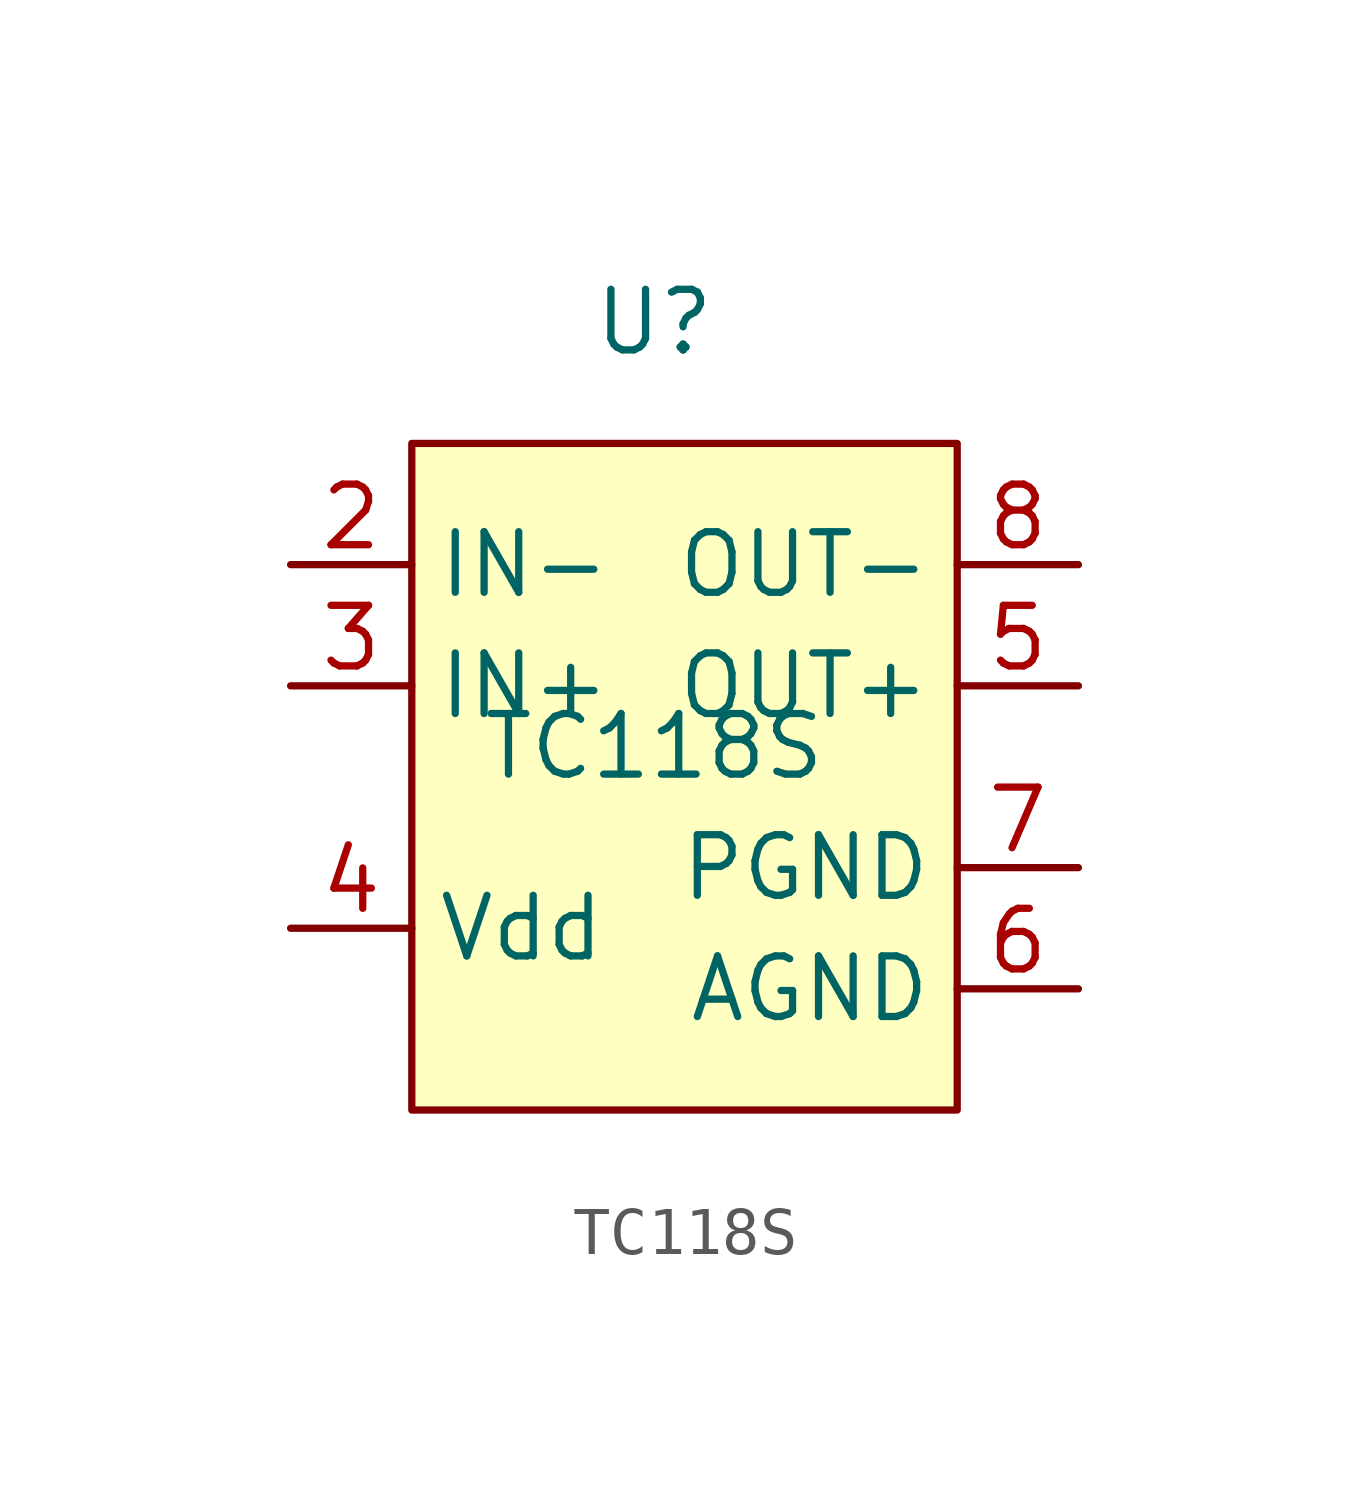
<source format=kicad_sym>
(kicad_symbol_lib
  (version 20220914)
  (generator kicad_symbol_editor)
  (symbol "TC118S"
    (property "Reference" "U"
      (at 0 8.89 0)
      (effects (font (size 1.27 1.27))))
    (property "Value" "TC118S"
      (at 0 0 0)
      (effects (font (size 1.27 1.27))))
    (symbol "TC118S_1_1"
      (rectangle (start -5.08 6.35) (end 6.35 -7.62) (stroke (width 0) (type default)) (fill (type background)))
      (pin no_connect line (at -7.62 -6.35 0) (length 2.54) hide (name "NC" (effects (font (size 1.27 1.27)))) (number "1" (effects (font (size 1.27 1.27)))))
      (pin input line (at -7.62 3.81 0) (length 2.54) (name "IN-" (effects (font (size 1.27 1.27)))) (number "2" (effects (font (size 1.27 1.27)))))
      (pin input line (at -7.62 1.27 0) (length 2.54) (name "IN+" (effects (font (size 1.27 1.27)))) (number "3" (effects (font (size 1.27 1.27)))))
      (pin power_in line (at -7.62 -3.81 0) (length 2.54) (name "Vdd" (effects (font (size 1.27 1.27)))) (number "4" (effects (font (size 1.27 1.27)))))
      (pin output line (at 8.89 1.27 180) (length 2.54) (name "OUT+" (effects (font (size 1.27 1.27)))) (number "5" (effects (font (size 1.27 1.27)))))
      (pin power_in line (at 8.89 -5.08 180) (length 2.54) (name "AGND" (effects (font (size 1.27 1.27)))) (number "6" (effects (font (size 1.27 1.27)))))
      (pin power_in line (at 8.89 -2.54 180) (length 2.54) (name "PGND" (effects (font (size 1.27 1.27)))) (number "7" (effects (font (size 1.27 1.27)))))
      (pin output line (at 8.89 3.81 180) (length 2.54) (name "OUT-" (effects (font (size 1.27 1.27)))) (number "8" (effects (font (size 1.27 1.27))))))))
</source>
